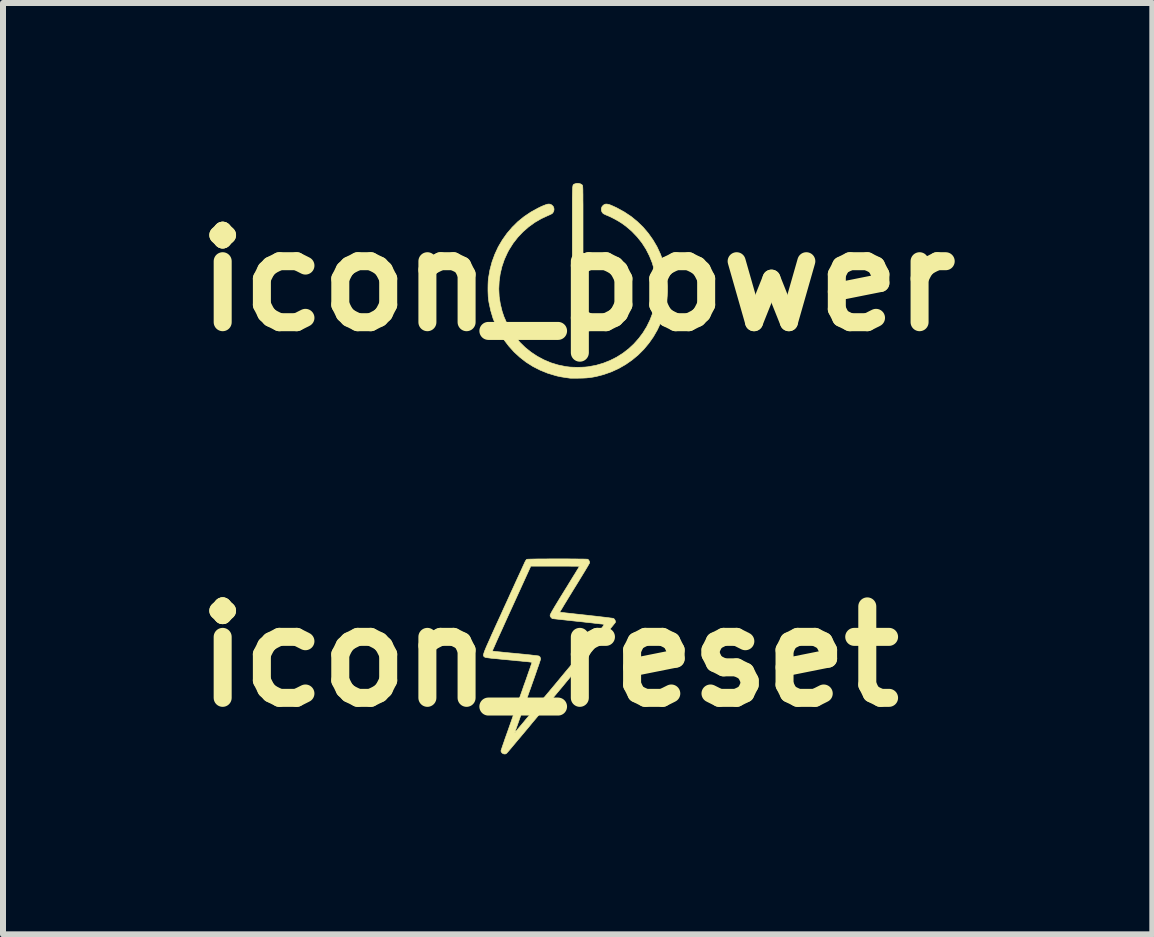
<source format=kicad_pcb>
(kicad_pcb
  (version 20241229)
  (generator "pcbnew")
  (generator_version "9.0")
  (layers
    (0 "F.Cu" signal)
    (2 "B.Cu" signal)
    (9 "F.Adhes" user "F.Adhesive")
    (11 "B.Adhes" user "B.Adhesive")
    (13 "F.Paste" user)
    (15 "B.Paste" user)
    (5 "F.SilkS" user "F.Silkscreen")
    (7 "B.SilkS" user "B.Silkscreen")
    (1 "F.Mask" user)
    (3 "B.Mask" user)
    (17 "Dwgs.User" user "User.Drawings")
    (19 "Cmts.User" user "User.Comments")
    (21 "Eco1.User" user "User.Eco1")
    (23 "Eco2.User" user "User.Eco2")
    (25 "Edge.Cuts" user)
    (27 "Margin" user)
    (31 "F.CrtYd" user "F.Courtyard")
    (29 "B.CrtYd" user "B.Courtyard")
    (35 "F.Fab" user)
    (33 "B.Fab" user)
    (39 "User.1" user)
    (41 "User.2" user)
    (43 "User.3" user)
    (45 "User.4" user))
  (footprint "icon_reset"
    (layer "F.Cu")
    (at 6.103 7.888)
    (property "Reference" "icon_reset" (at 0 0 0) (layer "F.SilkS") (effects (font (size 1.524 1.524) (thickness 0.3))))
    (attr through_hole)
    (fp_poly (pts (xy 0.225 -1.626) (xy 0.294 -1.626) (xy 0.359 -1.625) (xy 0.421 -1.625) (xy 0.477 -1.624) (xy 0.527 -1.623) (xy 0.569 -1.623) (xy 0.603 -1.622) (xy 0.627 -1.621) (xy 0.64 -1.62) (xy 0.642 -1.619) (xy 0.656 -1.606) (xy 0.667 -1.586) (xy 0.671 -1.566) (xy 0.67 -1.558) (xy 0.666 -1.55) (xy 0.656 -1.533) (xy 0.641 -1.506) (xy 0.62 -1.471) (xy 0.595 -1.429) (xy 0.565 -1.38) (xy 0.532 -1.326) (xy 0.496 -1.267) (xy 0.458 -1.205) (xy 0.419 -1.142) (xy 0.379 -1.077) (xy 0.341 -1.015) (xy 0.306 -0.958) (xy 0.274 -0.905) (xy 0.245 -0.858) (xy 0.221 -0.817) (xy 0.201 -0.784) (xy 0.186 -0.76) (xy 0.177 -0.744) (xy 0.174 -0.738) (xy 0.174 -0.738) (xy 0.18 -0.737) (xy 0.198 -0.735) (xy 0.227 -0.732) (xy 0.265 -0.727) (xy 0.312 -0.722) (xy 0.366 -0.716) (xy 0.427 -0.709) (xy 0.493 -0.702) (xy 0.564 -0.694) (xy 0.613 -0.689) (xy 0.687 -0.68) (xy 0.757 -0.673) (xy 0.823 -0.665) (xy 0.883 -0.658) (xy 0.937 -0.652) (xy 0.983 -0.646) (xy 1.02 -0.641) (xy 1.047 -0.638) (xy 1.064 -0.635) (xy 1.068 -0.634) (xy 1.084 -0.622) (xy 1.096 -0.602) (xy 1.102 -0.581) (xy 1.101 -0.569) (xy 1.097 -0.563) (xy 1.085 -0.548) (xy 1.066 -0.524) (xy 1.04 -0.492) (xy 1.007 -0.453) (xy 0.969 -0.406) (xy 0.925 -0.353) (xy 0.877 -0.293) (xy 0.823 -0.229) (xy 0.766 -0.159) (xy 0.705 -0.085) (xy 0.64 -0.008) (xy 0.573 0.074) (xy 0.504 0.157) (xy 0.433 0.243) (xy 0.36 0.331) (xy 0.286 0.42) (xy 0.212 0.51) (xy 0.137 0.599) (xy 0.063 0.688) (xy -0.01 0.777) (xy -0.082 0.863) (xy -0.153 0.948) (xy -0.221 1.03) (xy -0.287 1.108) (xy -0.349 1.184) (xy -0.408 1.254) (xy -0.464 1.321) (xy -0.515 1.381) (xy -0.561 1.436) (xy -0.602 1.485) (xy -0.637 1.527) (xy -0.666 1.561) (xy -0.688 1.587) (xy -0.704 1.605) (xy -0.712 1.614) (xy -0.712 1.614) (xy -0.733 1.625) (xy -0.757 1.624) (xy -0.78 1.614) (xy -0.788 1.607) (xy -0.8 1.592) (xy -0.806 1.576) (xy -0.806 1.573) (xy -0.804 1.566) (xy -0.798 1.547) (xy -0.788 1.517) (xy -0.775 1.478) (xy -0.758 1.43) (xy -0.739 1.373) (xy -0.716 1.309) (xy -0.691 1.239) (xy -0.664 1.162) (xy -0.635 1.08) (xy -0.605 0.994) (xy -0.573 0.904) (xy -0.546 0.829) (xy -0.513 0.737) (xy -0.481 0.648) (xy -0.451 0.563) (xy -0.423 0.482) (xy -0.396 0.408) (xy -0.372 0.339) (xy -0.351 0.278) (xy -0.332 0.224) (xy -0.316 0.179) (xy -0.304 0.143) (xy -0.295 0.117) (xy -0.29 0.101) (xy -0.288 0.097) (xy -0.295 0.096) (xy -0.313 0.094) (xy -0.342 0.09) (xy -0.38 0.086) (xy -0.426 0.082) (xy -0.48 0.076) (xy -0.54 0.071) (xy -0.604 0.064) (xy -0.673 0.058) (xy -0.679 0.057) (xy -0.759 0.05) (xy -0.828 0.043) (xy -0.885 0.037) (xy -0.933 0.033) (xy -0.972 0.029) (xy -1.003 0.025) (xy -1.027 0.022) (xy -1.046 0.019) (xy -1.059 0.017) (xy -1.069 0.014) (xy -1.075 0.011) (xy -1.08 0.009) (xy -1.083 0.006) (xy -1.087 0.002) (xy -1.091 -0.002) (xy -1.095 -0.006) (xy -1.097 -0.011) (xy -1.098 -0.017) (xy -1.098 -0.025) (xy -1.096 -0.036) (xy -1.092 -0.051) (xy -1.086 -0.069) (xy -1.078 -0.09) (xy -0.949 -0.09) (xy -0.943 -0.089) (xy -0.924 -0.087) (xy -0.896 -0.083) (xy -0.857 -0.079) (xy -0.811 -0.075) (xy -0.758 -0.069) (xy -0.698 -0.063) (xy -0.634 -0.057) (xy -0.567 -0.051) (xy -0.497 -0.044) (xy -0.432 -0.038) (xy -0.371 -0.031) (xy -0.316 -0.026) (xy -0.269 -0.02) (xy -0.23 -0.016) (xy -0.2 -0.012) (xy -0.181 -0.009) (xy -0.173 -0.007) (xy -0.155 0.009) (xy -0.147 0.033) (xy -0.146 0.043) (xy -0.148 0.052) (xy -0.154 0.071) (xy -0.164 0.101) (xy -0.177 0.141) (xy -0.194 0.188) (xy -0.213 0.243) (xy -0.234 0.305) (xy -0.258 0.373) (xy -0.284 0.446) (xy -0.311 0.523) (xy -0.34 0.603) (xy -0.342 0.61) (xy -0.379 0.714) (xy -0.412 0.806) (xy -0.441 0.887) (xy -0.467 0.958) (xy -0.489 1.02) (xy -0.508 1.074) (xy -0.524 1.119) (xy -0.537 1.156) (xy -0.548 1.187) (xy -0.557 1.212) (xy -0.564 1.232) (xy -0.568 1.246) (xy -0.572 1.256) (xy -0.574 1.263) (xy -0.575 1.267) (xy -0.575 1.269) (xy -0.575 1.269) (xy -0.574 1.268) (xy -0.573 1.267) (xy -0.568 1.261) (xy -0.556 1.247) (xy -0.536 1.223) (xy -0.51 1.191) (xy -0.477 1.152) (xy -0.437 1.105) (xy -0.393 1.051) (xy -0.342 0.991) (xy -0.287 0.925) (xy -0.228 0.853) (xy -0.164 0.777) (xy -0.097 0.696) (xy -0.027 0.612) (xy 0.047 0.524) (xy 0.123 0.433) (xy 0.18 0.364) (xy 0.271 0.254) (xy 0.355 0.154) (xy 0.431 0.062) (xy 0.5 -0.021) (xy 0.563 -0.096) (xy 0.619 -0.164) (xy 0.668 -0.224) (xy 0.712 -0.277) (xy 0.751 -0.324) (xy 0.784 -0.365) (xy 0.813 -0.4) (xy 0.837 -0.43) (xy 0.857 -0.455) (xy 0.874 -0.476) (xy 0.887 -0.493) (xy 0.897 -0.506) (xy 0.904 -0.517) (xy 0.908 -0.524) (xy 0.911 -0.529) (xy 0.912 -0.533) (xy 0.911 -0.535) (xy 0.91 -0.536) (xy 0.909 -0.536) (xy 0.9 -0.537) (xy 0.88 -0.54) (xy 0.848 -0.543) (xy 0.808 -0.548) (xy 0.759 -0.553) (xy 0.703 -0.56) (xy 0.641 -0.566) (xy 0.574 -0.574) (xy 0.503 -0.582) (xy 0.47 -0.585) (xy 0.048 -0.631) (xy 0.03 -0.649) (xy 0.017 -0.664) (xy 0.013 -0.679) (xy 0.014 -0.691) (xy 0.016 -0.699) (xy 0.023 -0.712) (xy 0.033 -0.732) (xy 0.048 -0.759) (xy 0.068 -0.793) (xy 0.092 -0.834) (xy 0.123 -0.885) (xy 0.159 -0.944) (xy 0.201 -1.013) (xy 0.25 -1.092) (xy 0.259 -1.107) (xy 0.299 -1.171) (xy 0.336 -1.232) (xy 0.371 -1.289) (xy 0.403 -1.341) (xy 0.432 -1.387) (xy 0.456 -1.427) (xy 0.476 -1.459) (xy 0.49 -1.483) (xy 0.499 -1.498) (xy 0.502 -1.502) (xy 0.495 -1.503) (xy 0.478 -1.503) (xy 0.449 -1.504) (xy 0.411 -1.504) (xy 0.365 -1.504) (xy 0.311 -1.505) (xy 0.251 -1.505) (xy 0.186 -1.505) (xy 0.117 -1.505) (xy 0.096 -1.505) (xy -0.309 -1.505) (xy -0.631 -0.799) (xy -0.672 -0.71) (xy -0.711 -0.624) (xy -0.748 -0.542) (xy -0.783 -0.464) (xy -0.816 -0.392) (xy -0.846 -0.326) (xy -0.873 -0.266) (xy -0.896 -0.214) (xy -0.915 -0.17) (xy -0.931 -0.135) (xy -0.942 -0.11) (xy -0.948 -0.094) (xy -0.949 -0.09) (xy -1.078 -0.09) (xy -1.078 -0.092) (xy -1.067 -0.119) (xy -1.053 -0.153) (xy -1.036 -0.192) (xy -1.015 -0.238) (xy -0.991 -0.292) (xy -0.964 -0.354) (xy -0.932 -0.424) (xy -0.896 -0.504) (xy -0.855 -0.593) (xy -0.809 -0.693) (xy -0.762 -0.798) (xy -0.719 -0.891) (xy -0.678 -0.981) (xy -0.639 -1.068) (xy -0.601 -1.15) (xy -0.566 -1.227) (xy -0.533 -1.299) (xy -0.503 -1.364) (xy -0.476 -1.422) (xy -0.453 -1.473) (xy -0.434 -1.515) (xy -0.419 -1.547) (xy -0.409 -1.57) (xy -0.403 -1.581) (xy -0.402 -1.583) (xy -0.392 -1.601) (xy -0.38 -1.615) (xy -0.375 -1.619) (xy -0.367 -1.62) (xy -0.346 -1.621) (xy -0.316 -1.622) (xy -0.277 -1.623) (xy -0.229 -1.624) (xy -0.175 -1.625) (xy -0.115 -1.625) (xy -0.051 -1.625) (xy 0.016 -1.626) (xy 0.086 -1.626) (xy 0.156 -1.626) (xy 0.225 -1.626)) (stroke (width 0.01) (type solid)) (fill yes) (layer "F.SilkS")))
  (footprint "icon_power"
    (layer "F.Cu")
    (at 6.575 1.629)
    (property "Reference" "icon_power" (at 0 0 0) (layer "F.SilkS") (effects (font (size 1.524 1.524) (thickness 0.3))))
    (attr through_hole)
    (fp_poly (pts (xy 0.043 -1.617) (xy 0.068 -1.604) (xy 0.08 -1.592) (xy 0.081 -1.588) (xy 0.083 -1.582) (xy 0.084 -1.571) (xy 0.085 -1.557) (xy 0.086 -1.537) (xy 0.087 -1.512) (xy 0.087 -1.48) (xy 0.088 -1.441) (xy 0.088 -1.393) (xy 0.088 -1.337) (xy 0.089 -1.272) (xy 0.089 -1.196) (xy 0.089 -1.109) (xy 0.089 -1.011) (xy 0.089 -0.971) (xy 0.089 -0.364) (xy 0.075 -0.351) (xy 0.059 -0.339) (xy 0.046 -0.331) (xy 0.03 -0.326) (xy 0.006 -0.324) (xy -0.019 -0.325) (xy -0.04 -0.328) (xy -0.048 -0.331) (xy -0.062 -0.341) (xy -0.075 -0.351) (xy -0.089 -0.364) (xy -0.089 -0.971) (xy -0.089 -1.074) (xy -0.089 -1.165) (xy -0.089 -1.245) (xy -0.089 -1.315) (xy -0.089 -1.374) (xy -0.088 -1.425) (xy -0.087 -1.468) (xy -0.086 -1.503) (xy -0.085 -1.532) (xy -0.084 -1.554) (xy -0.081 -1.572) (xy -0.079 -1.585) (xy -0.076 -1.595) (xy -0.072 -1.601) (xy -0.068 -1.606) (xy -0.063 -1.609) (xy -0.058 -1.611) (xy -0.051 -1.614) (xy -0.048 -1.615) (xy -0.019 -1.624) (xy 0.013 -1.624) (xy 0.043 -1.617)) (stroke (width 0.01) (type solid)) (fill yes) (layer "F.SilkS"))
    (fp_poly (pts (xy -0.46 -1.277) (xy -0.443 -1.27) (xy -0.43 -1.262) (xy -0.408 -1.24) (xy -0.396 -1.212) (xy -0.394 -1.182) (xy -0.402 -1.152) (xy -0.42 -1.126) (xy -0.423 -1.123) (xy -0.435 -1.115) (xy -0.454 -1.106) (xy -0.479 -1.094) (xy -0.492 -1.089) (xy -0.606 -1.036) (xy -0.715 -0.973) (xy -0.817 -0.899) (xy -0.912 -0.816) (xy -0.998 -0.725) (xy -1.076 -0.625) (xy -1.143 -0.519) (xy -1.168 -0.473) (xy -1.221 -0.357) (xy -1.262 -0.237) (xy -1.291 -0.115) (xy -1.308 0.01) (xy -1.314 0.135) (xy -1.308 0.261) (xy -1.289 0.385) (xy -1.259 0.507) (xy -1.229 0.596) (xy -1.178 0.713) (xy -1.116 0.824) (xy -1.044 0.927) (xy -0.964 1.023) (xy -0.875 1.11) (xy -0.778 1.188) (xy -0.674 1.257) (xy -0.564 1.316) (xy -0.448 1.365) (xy -0.327 1.402) (xy -0.201 1.428) (xy -0.179 1.431) (xy -0.128 1.437) (xy -0.068 1.44) (xy -0.004 1.441) (xy 0.061 1.44) (xy 0.121 1.437) (xy 0.174 1.432) (xy 0.179 1.431) (xy 0.305 1.408) (xy 0.425 1.373) (xy 0.541 1.327) (xy 0.65 1.272) (xy 0.753 1.207) (xy 0.849 1.133) (xy 0.937 1.051) (xy 1.017 0.961) (xy 1.089 0.865) (xy 1.152 0.762) (xy 1.205 0.653) (xy 1.249 0.539) (xy 1.281 0.421) (xy 1.303 0.299) (xy 1.313 0.174) (xy 1.312 0.079) (xy 1.301 -0.05) (xy 1.278 -0.176) (xy 1.243 -0.298) (xy 1.196 -0.415) (xy 1.139 -0.527) (xy 1.071 -0.633) (xy 0.992 -0.732) (xy 0.904 -0.824) (xy 0.806 -0.908) (xy 0.736 -0.959) (xy 0.682 -0.993) (xy 0.62 -1.028) (xy 0.556 -1.061) (xy 0.496 -1.088) (xy 0.492 -1.089) (xy 0.466 -1.1) (xy 0.444 -1.111) (xy 0.428 -1.119) (xy 0.423 -1.123) (xy 0.404 -1.148) (xy 0.395 -1.177) (xy 0.395 -1.207) (xy 0.406 -1.236) (xy 0.426 -1.259) (xy 0.43 -1.262) (xy 0.447 -1.272) (xy 0.464 -1.278) (xy 0.484 -1.279) (xy 0.508 -1.275) (xy 0.537 -1.267) (xy 0.573 -1.252) (xy 0.617 -1.232) (xy 0.657 -1.213) (xy 0.777 -1.147) (xy 0.89 -1.072) (xy 0.994 -0.987) (xy 1.09 -0.894) (xy 1.177 -0.792) (xy 1.254 -0.683) (xy 1.322 -0.568) (xy 1.379 -0.445) (xy 1.426 -0.318) (xy 1.462 -0.185) (xy 1.486 -0.047) (xy 1.486 -0.044) (xy 1.49 -0.006) (xy 1.492 0.041) (xy 1.494 0.094) (xy 1.494 0.149) (xy 1.493 0.203) (xy 1.491 0.253) (xy 1.487 0.295) (xy 1.486 0.302) (xy 1.463 0.438) (xy 1.429 0.569) (xy 1.384 0.696) (xy 1.328 0.817) (xy 1.262 0.932) (xy 1.186 1.04) (xy 1.102 1.141) (xy 1.009 1.234) (xy 0.908 1.318) (xy 0.799 1.394) (xy 0.684 1.46) (xy 0.562 1.516) (xy 0.434 1.561) (xy 0.371 1.578) (xy 0.311 1.593) (xy 0.255 1.604) (xy 0.201 1.612) (xy 0.144 1.618) (xy 0.082 1.621) (xy 0.025 1.622) (xy -0.015 1.623) (xy -0.053 1.623) (xy -0.086 1.623) (xy -0.111 1.623) (xy -0.126 1.622) (xy -0.127 1.622) (xy -0.205 1.611) (xy -0.274 1.6) (xy -0.337 1.587) (xy -0.371 1.578) (xy -0.503 1.538) (xy -0.628 1.487) (xy -0.747 1.426) (xy -0.859 1.355) (xy -0.963 1.274) (xy -1.06 1.185) (xy -1.148 1.087) (xy -1.228 0.982) (xy -1.298 0.87) (xy -1.359 0.751) (xy -1.41 0.626) (xy -1.449 0.495) (xy -1.478 0.36) (xy -1.486 0.305) (xy -1.49 0.268) (xy -1.492 0.221) (xy -1.494 0.169) (xy -1.494 0.115) (xy -1.493 0.061) (xy -1.491 0.012) (xy -1.488 -0.03) (xy -1.486 -0.044) (xy -1.462 -0.182) (xy -1.427 -0.315) (xy -1.38 -0.443) (xy -1.323 -0.566) (xy -1.255 -0.681) (xy -1.178 -0.79) (xy -1.091 -0.892) (xy -0.996 -0.986) (xy -0.892 -1.07) (xy -0.779 -1.146) (xy -0.659 -1.212) (xy -0.657 -1.213) (xy -0.606 -1.238) (xy -0.563 -1.256) (xy -0.529 -1.269) (xy -0.502 -1.277) (xy -0.479 -1.279) (xy -0.46 -1.277)) (stroke (width 0.01) (type solid)) (fill yes) (layer "F.SilkS")))
  (gr_rect
    (start -3 -3)
    (end 16.15 12.518)
    (stroke (width 0.1) (type default))
    (fill no)
    (layer "Edge.Cuts")))
</source>
